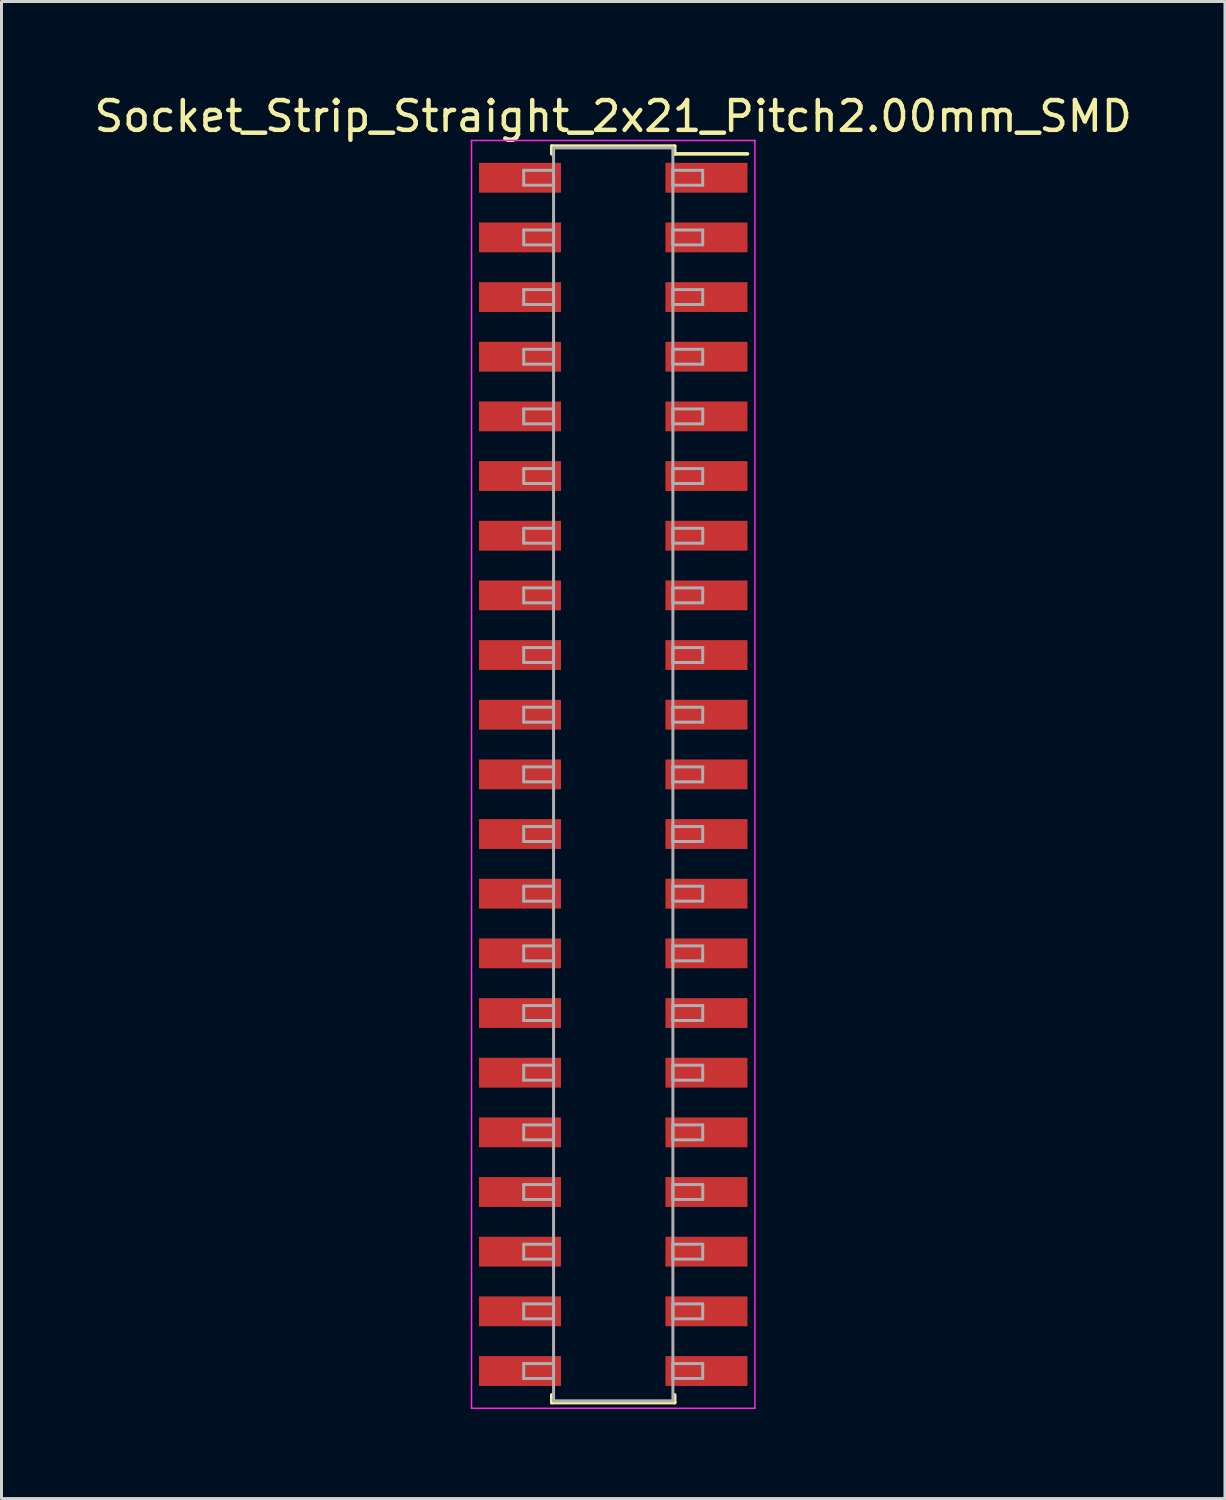
<source format=kicad_pcb>
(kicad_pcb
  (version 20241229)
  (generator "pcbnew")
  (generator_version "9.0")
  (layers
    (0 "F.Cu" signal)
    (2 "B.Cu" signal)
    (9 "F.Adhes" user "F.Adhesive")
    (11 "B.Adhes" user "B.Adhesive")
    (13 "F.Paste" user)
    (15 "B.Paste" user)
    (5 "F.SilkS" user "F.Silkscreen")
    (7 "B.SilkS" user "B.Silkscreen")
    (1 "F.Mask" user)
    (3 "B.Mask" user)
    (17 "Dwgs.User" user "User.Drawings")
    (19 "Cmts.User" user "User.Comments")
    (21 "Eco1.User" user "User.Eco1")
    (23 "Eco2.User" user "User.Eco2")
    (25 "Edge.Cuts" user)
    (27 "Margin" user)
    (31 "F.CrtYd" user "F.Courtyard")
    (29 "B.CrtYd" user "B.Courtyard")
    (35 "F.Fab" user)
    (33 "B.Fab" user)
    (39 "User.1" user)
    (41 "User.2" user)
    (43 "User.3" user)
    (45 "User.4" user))
  (footprint "Socket_Strip_Straight_2x21_Pitch2.00mm_SMD"
    (layer "F.Cu")
    (at 17.506 22.908)
    (property "Reference" "Socket_Strip_Straight_2x21_Pitch2.00mm_SMD" (at 0 -22.06 0) (layer "F.SilkS") (effects (font (size 1 1) (thickness 0.15))))
    (attr smd)
    (fp_line (start -2.06 -21.06) (end 2.06 -21.06) (stroke (width 0.12) (type solid)) (layer "F.SilkS"))
    (fp_line (start -2.06 -20.8) (end -2.06 -21.06) (stroke (width 0.12) (type solid)) (layer "F.SilkS"))
    (fp_line (start -2.06 20.8) (end -2.06 21.06) (stroke (width 0.12) (type solid)) (layer "F.SilkS"))
    (fp_line (start -2.06 21.06) (end 2.06 21.06) (stroke (width 0.12) (type solid)) (layer "F.SilkS"))
    (fp_line (start 2.06 -21.06) (end 2.06 -20.8) (stroke (width 0.12) (type solid)) (layer "F.SilkS"))
    (fp_line (start 2.06 21.06) (end 2.06 20.8) (stroke (width 0.12) (type solid)) (layer "F.SilkS"))
    (fp_line (start 4.5 -20.8) (end 2.06 -20.8) (stroke (width 0.12) (type solid)) (layer "F.SilkS"))
    (fp_line (start -4.75 -21.25) (end -4.75 21.25) (stroke (width 0.05) (type solid)) (layer "F.CrtYd"))
    (fp_line (start -4.75 21.25) (end 4.75 21.25) (stroke (width 0.05) (type solid)) (layer "F.CrtYd"))
    (fp_line (start 4.75 -21.25) (end -4.75 -21.25) (stroke (width 0.05) (type solid)) (layer "F.CrtYd"))
    (fp_line (start 4.75 21.25) (end 4.75 -21.25) (stroke (width 0.05) (type solid)) (layer "F.CrtYd"))
    (fp_line (start -3 -20.25) (end -2 -20.25) (stroke (width 0.1) (type solid)) (layer "F.Fab"))
    (fp_line (start -3 -19.75) (end -3 -20.25) (stroke (width 0.1) (type solid)) (layer "F.Fab"))
    (fp_line (start -3 -18.25) (end -2 -18.25) (stroke (width 0.1) (type solid)) (layer "F.Fab"))
    (fp_line (start -3 -17.75) (end -3 -18.25) (stroke (width 0.1) (type solid)) (layer "F.Fab"))
    (fp_line (start -3 -16.25) (end -2 -16.25) (stroke (width 0.1) (type solid)) (layer "F.Fab"))
    (fp_line (start -3 -15.75) (end -3 -16.25) (stroke (width 0.1) (type solid)) (layer "F.Fab"))
    (fp_line (start -3 -14.25) (end -2 -14.25) (stroke (width 0.1) (type solid)) (layer "F.Fab"))
    (fp_line (start -3 -13.75) (end -3 -14.25) (stroke (width 0.1) (type solid)) (layer "F.Fab"))
    (fp_line (start -3 -12.25) (end -2 -12.25) (stroke (width 0.1) (type solid)) (layer "F.Fab"))
    (fp_line (start -3 -11.75) (end -3 -12.25) (stroke (width 0.1) (type solid)) (layer "F.Fab"))
    (fp_line (start -3 -10.25) (end -2 -10.25) (stroke (width 0.1) (type solid)) (layer "F.Fab"))
    (fp_line (start -3 -9.75) (end -3 -10.25) (stroke (width 0.1) (type solid)) (layer "F.Fab"))
    (fp_line (start -3 -8.25) (end -2 -8.25) (stroke (width 0.1) (type solid)) (layer "F.Fab"))
    (fp_line (start -3 -7.75) (end -3 -8.25) (stroke (width 0.1) (type solid)) (layer "F.Fab"))
    (fp_line (start -3 -6.25) (end -2 -6.25) (stroke (width 0.1) (type solid)) (layer "F.Fab"))
    (fp_line (start -3 -5.75) (end -3 -6.25) (stroke (width 0.1) (type solid)) (layer "F.Fab"))
    (fp_line (start -3 -4.25) (end -2 -4.25) (stroke (width 0.1) (type solid)) (layer "F.Fab"))
    (fp_line (start -3 -3.75) (end -3 -4.25) (stroke (width 0.1) (type solid)) (layer "F.Fab"))
    (fp_line (start -3 -2.25) (end -2 -2.25) (stroke (width 0.1) (type solid)) (layer "F.Fab"))
    (fp_line (start -3 -1.75) (end -3 -2.25) (stroke (width 0.1) (type solid)) (layer "F.Fab"))
    (fp_line (start -3 -0.25) (end -2 -0.25) (stroke (width 0.1) (type solid)) (layer "F.Fab"))
    (fp_line (start -3 0.25) (end -3 -0.25) (stroke (width 0.1) (type solid)) (layer "F.Fab"))
    (fp_line (start -3 1.75) (end -2 1.75) (stroke (width 0.1) (type solid)) (layer "F.Fab"))
    (fp_line (start -3 2.25) (end -3 1.75) (stroke (width 0.1) (type solid)) (layer "F.Fab"))
    (fp_line (start -3 3.75) (end -2 3.75) (stroke (width 0.1) (type solid)) (layer "F.Fab"))
    (fp_line (start -3 4.25) (end -3 3.75) (stroke (width 0.1) (type solid)) (layer "F.Fab"))
    (fp_line (start -3 5.75) (end -2 5.75) (stroke (width 0.1) (type solid)) (layer "F.Fab"))
    (fp_line (start -3 6.25) (end -3 5.75) (stroke (width 0.1) (type solid)) (layer "F.Fab"))
    (fp_line (start -3 7.75) (end -2 7.75) (stroke (width 0.1) (type solid)) (layer "F.Fab"))
    (fp_line (start -3 8.25) (end -3 7.75) (stroke (width 0.1) (type solid)) (layer "F.Fab"))
    (fp_line (start -3 9.75) (end -2 9.75) (stroke (width 0.1) (type solid)) (layer "F.Fab"))
    (fp_line (start -3 10.25) (end -3 9.75) (stroke (width 0.1) (type solid)) (layer "F.Fab"))
    (fp_line (start -3 11.75) (end -2 11.75) (stroke (width 0.1) (type solid)) (layer "F.Fab"))
    (fp_line (start -3 12.25) (end -3 11.75) (stroke (width 0.1) (type solid)) (layer "F.Fab"))
    (fp_line (start -3 13.75) (end -2 13.75) (stroke (width 0.1) (type solid)) (layer "F.Fab"))
    (fp_line (start -3 14.25) (end -3 13.75) (stroke (width 0.1) (type solid)) (layer "F.Fab"))
    (fp_line (start -3 15.75) (end -2 15.75) (stroke (width 0.1) (type solid)) (layer "F.Fab"))
    (fp_line (start -3 16.25) (end -3 15.75) (stroke (width 0.1) (type solid)) (layer "F.Fab"))
    (fp_line (start -3 17.75) (end -2 17.75) (stroke (width 0.1) (type solid)) (layer "F.Fab"))
    (fp_line (start -3 18.25) (end -3 17.75) (stroke (width 0.1) (type solid)) (layer "F.Fab"))
    (fp_line (start -3 19.75) (end -2 19.75) (stroke (width 0.1) (type solid)) (layer "F.Fab"))
    (fp_line (start -3 20.25) (end -3 19.75) (stroke (width 0.1) (type solid)) (layer "F.Fab"))
    (fp_line (start -2 -21) (end -2 21) (stroke (width 0.1) (type solid)) (layer "F.Fab"))
    (fp_line (start -2 -20.25) (end -2 -19.75) (stroke (width 0.1) (type solid)) (layer "F.Fab"))
    (fp_line (start -2 -19.75) (end -3 -19.75) (stroke (width 0.1) (type solid)) (layer "F.Fab"))
    (fp_line (start -2 -18.25) (end -2 -17.75) (stroke (width 0.1) (type solid)) (layer "F.Fab"))
    (fp_line (start -2 -17.75) (end -3 -17.75) (stroke (width 0.1) (type solid)) (layer "F.Fab"))
    (fp_line (start -2 -16.25) (end -2 -15.75) (stroke (width 0.1) (type solid)) (layer "F.Fab"))
    (fp_line (start -2 -15.75) (end -3 -15.75) (stroke (width 0.1) (type solid)) (layer "F.Fab"))
    (fp_line (start -2 -14.25) (end -2 -13.75) (stroke (width 0.1) (type solid)) (layer "F.Fab"))
    (fp_line (start -2 -13.75) (end -3 -13.75) (stroke (width 0.1) (type solid)) (layer "F.Fab"))
    (fp_line (start -2 -12.25) (end -2 -11.75) (stroke (width 0.1) (type solid)) (layer "F.Fab"))
    (fp_line (start -2 -11.75) (end -3 -11.75) (stroke (width 0.1) (type solid)) (layer "F.Fab"))
    (fp_line (start -2 -10.25) (end -2 -9.75) (stroke (width 0.1) (type solid)) (layer "F.Fab"))
    (fp_line (start -2 -9.75) (end -3 -9.75) (stroke (width 0.1) (type solid)) (layer "F.Fab"))
    (fp_line (start -2 -8.25) (end -2 -7.75) (stroke (width 0.1) (type solid)) (layer "F.Fab"))
    (fp_line (start -2 -7.75) (end -3 -7.75) (stroke (width 0.1) (type solid)) (layer "F.Fab"))
    (fp_line (start -2 -6.25) (end -2 -5.75) (stroke (width 0.1) (type solid)) (layer "F.Fab"))
    (fp_line (start -2 -5.75) (end -3 -5.75) (stroke (width 0.1) (type solid)) (layer "F.Fab"))
    (fp_line (start -2 -4.25) (end -2 -3.75) (stroke (width 0.1) (type solid)) (layer "F.Fab"))
    (fp_line (start -2 -3.75) (end -3 -3.75) (stroke (width 0.1) (type solid)) (layer "F.Fab"))
    (fp_line (start -2 -2.25) (end -2 -1.75) (stroke (width 0.1) (type solid)) (layer "F.Fab"))
    (fp_line (start -2 -1.75) (end -3 -1.75) (stroke (width 0.1) (type solid)) (layer "F.Fab"))
    (fp_line (start -2 -0.25) (end -2 0.25) (stroke (width 0.1) (type solid)) (layer "F.Fab"))
    (fp_line (start -2 0.25) (end -3 0.25) (stroke (width 0.1) (type solid)) (layer "F.Fab"))
    (fp_line (start -2 1.75) (end -2 2.25) (stroke (width 0.1) (type solid)) (layer "F.Fab"))
    (fp_line (start -2 2.25) (end -3 2.25) (stroke (width 0.1) (type solid)) (layer "F.Fab"))
    (fp_line (start -2 3.75) (end -2 4.25) (stroke (width 0.1) (type solid)) (layer "F.Fab"))
    (fp_line (start -2 4.25) (end -3 4.25) (stroke (width 0.1) (type solid)) (layer "F.Fab"))
    (fp_line (start -2 5.75) (end -2 6.25) (stroke (width 0.1) (type solid)) (layer "F.Fab"))
    (fp_line (start -2 6.25) (end -3 6.25) (stroke (width 0.1) (type solid)) (layer "F.Fab"))
    (fp_line (start -2 7.75) (end -2 8.25) (stroke (width 0.1) (type solid)) (layer "F.Fab"))
    (fp_line (start -2 8.25) (end -3 8.25) (stroke (width 0.1) (type solid)) (layer "F.Fab"))
    (fp_line (start -2 9.75) (end -2 10.25) (stroke (width 0.1) (type solid)) (layer "F.Fab"))
    (fp_line (start -2 10.25) (end -3 10.25) (stroke (width 0.1) (type solid)) (layer "F.Fab"))
    (fp_line (start -2 11.75) (end -2 12.25) (stroke (width 0.1) (type solid)) (layer "F.Fab"))
    (fp_line (start -2 12.25) (end -3 12.25) (stroke (width 0.1) (type solid)) (layer "F.Fab"))
    (fp_line (start -2 13.75) (end -2 14.25) (stroke (width 0.1) (type solid)) (layer "F.Fab"))
    (fp_line (start -2 14.25) (end -3 14.25) (stroke (width 0.1) (type solid)) (layer "F.Fab"))
    (fp_line (start -2 15.75) (end -2 16.25) (stroke (width 0.1) (type solid)) (layer "F.Fab"))
    (fp_line (start -2 16.25) (end -3 16.25) (stroke (width 0.1) (type solid)) (layer "F.Fab"))
    (fp_line (start -2 17.75) (end -2 18.25) (stroke (width 0.1) (type solid)) (layer "F.Fab"))
    (fp_line (start -2 18.25) (end -3 18.25) (stroke (width 0.1) (type solid)) (layer "F.Fab"))
    (fp_line (start -2 19.75) (end -2 20.25) (stroke (width 0.1) (type solid)) (layer "F.Fab"))
    (fp_line (start -2 20.25) (end -3 20.25) (stroke (width 0.1) (type solid)) (layer "F.Fab"))
    (fp_line (start -2 21) (end 2 21) (stroke (width 0.1) (type solid)) (layer "F.Fab"))
    (fp_line (start 2 -21) (end -2 -21) (stroke (width 0.1) (type solid)) (layer "F.Fab"))
    (fp_line (start 2 -20.25) (end 2 -19.75) (stroke (width 0.1) (type solid)) (layer "F.Fab"))
    (fp_line (start 2 -19.75) (end 3 -19.75) (stroke (width 0.1) (type solid)) (layer "F.Fab"))
    (fp_line (start 2 -18.25) (end 2 -17.75) (stroke (width 0.1) (type solid)) (layer "F.Fab"))
    (fp_line (start 2 -17.75) (end 3 -17.75) (stroke (width 0.1) (type solid)) (layer "F.Fab"))
    (fp_line (start 2 -16.25) (end 2 -15.75) (stroke (width 0.1) (type solid)) (layer "F.Fab"))
    (fp_line (start 2 -15.75) (end 3 -15.75) (stroke (width 0.1) (type solid)) (layer "F.Fab"))
    (fp_line (start 2 -14.25) (end 2 -13.75) (stroke (width 0.1) (type solid)) (layer "F.Fab"))
    (fp_line (start 2 -13.75) (end 3 -13.75) (stroke (width 0.1) (type solid)) (layer "F.Fab"))
    (fp_line (start 2 -12.25) (end 2 -11.75) (stroke (width 0.1) (type solid)) (layer "F.Fab"))
    (fp_line (start 2 -11.75) (end 3 -11.75) (stroke (width 0.1) (type solid)) (layer "F.Fab"))
    (fp_line (start 2 -10.25) (end 2 -9.75) (stroke (width 0.1) (type solid)) (layer "F.Fab"))
    (fp_line (start 2 -9.75) (end 3 -9.75) (stroke (width 0.1) (type solid)) (layer "F.Fab"))
    (fp_line (start 2 -8.25) (end 2 -7.75) (stroke (width 0.1) (type solid)) (layer "F.Fab"))
    (fp_line (start 2 -7.75) (end 3 -7.75) (stroke (width 0.1) (type solid)) (layer "F.Fab"))
    (fp_line (start 2 -6.25) (end 2 -5.75) (stroke (width 0.1) (type solid)) (layer "F.Fab"))
    (fp_line (start 2 -5.75) (end 3 -5.75) (stroke (width 0.1) (type solid)) (layer "F.Fab"))
    (fp_line (start 2 -4.25) (end 2 -3.75) (stroke (width 0.1) (type solid)) (layer "F.Fab"))
    (fp_line (start 2 -3.75) (end 3 -3.75) (stroke (width 0.1) (type solid)) (layer "F.Fab"))
    (fp_line (start 2 -2.25) (end 2 -1.75) (stroke (width 0.1) (type solid)) (layer "F.Fab"))
    (fp_line (start 2 -1.75) (end 3 -1.75) (stroke (width 0.1) (type solid)) (layer "F.Fab"))
    (fp_line (start 2 -0.25) (end 2 0.25) (stroke (width 0.1) (type solid)) (layer "F.Fab"))
    (fp_line (start 2 0.25) (end 3 0.25) (stroke (width 0.1) (type solid)) (layer "F.Fab"))
    (fp_line (start 2 1.75) (end 2 2.25) (stroke (width 0.1) (type solid)) (layer "F.Fab"))
    (fp_line (start 2 2.25) (end 3 2.25) (stroke (width 0.1) (type solid)) (layer "F.Fab"))
    (fp_line (start 2 3.75) (end 2 4.25) (stroke (width 0.1) (type solid)) (layer "F.Fab"))
    (fp_line (start 2 4.25) (end 3 4.25) (stroke (width 0.1) (type solid)) (layer "F.Fab"))
    (fp_line (start 2 5.75) (end 2 6.25) (stroke (width 0.1) (type solid)) (layer "F.Fab"))
    (fp_line (start 2 6.25) (end 3 6.25) (stroke (width 0.1) (type solid)) (layer "F.Fab"))
    (fp_line (start 2 7.75) (end 2 8.25) (stroke (width 0.1) (type solid)) (layer "F.Fab"))
    (fp_line (start 2 8.25) (end 3 8.25) (stroke (width 0.1) (type solid)) (layer "F.Fab"))
    (fp_line (start 2 9.75) (end 2 10.25) (stroke (width 0.1) (type solid)) (layer "F.Fab"))
    (fp_line (start 2 10.25) (end 3 10.25) (stroke (width 0.1) (type solid)) (layer "F.Fab"))
    (fp_line (start 2 11.75) (end 2 12.25) (stroke (width 0.1) (type solid)) (layer "F.Fab"))
    (fp_line (start 2 12.25) (end 3 12.25) (stroke (width 0.1) (type solid)) (layer "F.Fab"))
    (fp_line (start 2 13.75) (end 2 14.25) (stroke (width 0.1) (type solid)) (layer "F.Fab"))
    (fp_line (start 2 14.25) (end 3 14.25) (stroke (width 0.1) (type solid)) (layer "F.Fab"))
    (fp_line (start 2 15.75) (end 2 16.25) (stroke (width 0.1) (type solid)) (layer "F.Fab"))
    (fp_line (start 2 16.25) (end 3 16.25) (stroke (width 0.1) (type solid)) (layer "F.Fab"))
    (fp_line (start 2 17.75) (end 2 18.25) (stroke (width 0.1) (type solid)) (layer "F.Fab"))
    (fp_line (start 2 18.25) (end 3 18.25) (stroke (width 0.1) (type solid)) (layer "F.Fab"))
    (fp_line (start 2 19.75) (end 2 20.25) (stroke (width 0.1) (type solid)) (layer "F.Fab"))
    (fp_line (start 2 20.25) (end 3 20.25) (stroke (width 0.1) (type solid)) (layer "F.Fab"))
    (fp_line (start 2 21) (end 2 -21) (stroke (width 0.1) (type solid)) (layer "F.Fab"))
    (fp_line (start 3 -20.25) (end 2 -20.25) (stroke (width 0.1) (type solid)) (layer "F.Fab"))
    (fp_line (start 3 -19.75) (end 3 -20.25) (stroke (width 0.1) (type solid)) (layer "F.Fab"))
    (fp_line (start 3 -18.25) (end 2 -18.25) (stroke (width 0.1) (type solid)) (layer "F.Fab"))
    (fp_line (start 3 -17.75) (end 3 -18.25) (stroke (width 0.1) (type solid)) (layer "F.Fab"))
    (fp_line (start 3 -16.25) (end 2 -16.25) (stroke (width 0.1) (type solid)) (layer "F.Fab"))
    (fp_line (start 3 -15.75) (end 3 -16.25) (stroke (width 0.1) (type solid)) (layer "F.Fab"))
    (fp_line (start 3 -14.25) (end 2 -14.25) (stroke (width 0.1) (type solid)) (layer "F.Fab"))
    (fp_line (start 3 -13.75) (end 3 -14.25) (stroke (width 0.1) (type solid)) (layer "F.Fab"))
    (fp_line (start 3 -12.25) (end 2 -12.25) (stroke (width 0.1) (type solid)) (layer "F.Fab"))
    (fp_line (start 3 -11.75) (end 3 -12.25) (stroke (width 0.1) (type solid)) (layer "F.Fab"))
    (fp_line (start 3 -10.25) (end 2 -10.25) (stroke (width 0.1) (type solid)) (layer "F.Fab"))
    (fp_line (start 3 -9.75) (end 3 -10.25) (stroke (width 0.1) (type solid)) (layer "F.Fab"))
    (fp_line (start 3 -8.25) (end 2 -8.25) (stroke (width 0.1) (type solid)) (layer "F.Fab"))
    (fp_line (start 3 -7.75) (end 3 -8.25) (stroke (width 0.1) (type solid)) (layer "F.Fab"))
    (fp_line (start 3 -6.25) (end 2 -6.25) (stroke (width 0.1) (type solid)) (layer "F.Fab"))
    (fp_line (start 3 -5.75) (end 3 -6.25) (stroke (width 0.1) (type solid)) (layer "F.Fab"))
    (fp_line (start 3 -4.25) (end 2 -4.25) (stroke (width 0.1) (type solid)) (layer "F.Fab"))
    (fp_line (start 3 -3.75) (end 3 -4.25) (stroke (width 0.1) (type solid)) (layer "F.Fab"))
    (fp_line (start 3 -2.25) (end 2 -2.25) (stroke (width 0.1) (type solid)) (layer "F.Fab"))
    (fp_line (start 3 -1.75) (end 3 -2.25) (stroke (width 0.1) (type solid)) (layer "F.Fab"))
    (fp_line (start 3 -0.25) (end 2 -0.25) (stroke (width 0.1) (type solid)) (layer "F.Fab"))
    (fp_line (start 3 0.25) (end 3 -0.25) (stroke (width 0.1) (type solid)) (layer "F.Fab"))
    (fp_line (start 3 1.75) (end 2 1.75) (stroke (width 0.1) (type solid)) (layer "F.Fab"))
    (fp_line (start 3 2.25) (end 3 1.75) (stroke (width 0.1) (type solid)) (layer "F.Fab"))
    (fp_line (start 3 3.75) (end 2 3.75) (stroke (width 0.1) (type solid)) (layer "F.Fab"))
    (fp_line (start 3 4.25) (end 3 3.75) (stroke (width 0.1) (type solid)) (layer "F.Fab"))
    (fp_line (start 3 5.75) (end 2 5.75) (stroke (width 0.1) (type solid)) (layer "F.Fab"))
    (fp_line (start 3 6.25) (end 3 5.75) (stroke (width 0.1) (type solid)) (layer "F.Fab"))
    (fp_line (start 3 7.75) (end 2 7.75) (stroke (width 0.1) (type solid)) (layer "F.Fab"))
    (fp_line (start 3 8.25) (end 3 7.75) (stroke (width 0.1) (type solid)) (layer "F.Fab"))
    (fp_line (start 3 9.75) (end 2 9.75) (stroke (width 0.1) (type solid)) (layer "F.Fab"))
    (fp_line (start 3 10.25) (end 3 9.75) (stroke (width 0.1) (type solid)) (layer "F.Fab"))
    (fp_line (start 3 11.75) (end 2 11.75) (stroke (width 0.1) (type solid)) (layer "F.Fab"))
    (fp_line (start 3 12.25) (end 3 11.75) (stroke (width 0.1) (type solid)) (layer "F.Fab"))
    (fp_line (start 3 13.75) (end 2 13.75) (stroke (width 0.1) (type solid)) (layer "F.Fab"))
    (fp_line (start 3 14.25) (end 3 13.75) (stroke (width 0.1) (type solid)) (layer "F.Fab"))
    (fp_line (start 3 15.75) (end 2 15.75) (stroke (width 0.1) (type solid)) (layer "F.Fab"))
    (fp_line (start 3 16.25) (end 3 15.75) (stroke (width 0.1) (type solid)) (layer "F.Fab"))
    (fp_line (start 3 17.75) (end 2 17.75) (stroke (width 0.1) (type solid)) (layer "F.Fab"))
    (fp_line (start 3 18.25) (end 3 17.75) (stroke (width 0.1) (type solid)) (layer "F.Fab"))
    (fp_line (start 3 19.75) (end 2 19.75) (stroke (width 0.1) (type solid)) (layer "F.Fab"))
    (fp_line (start 3 20.25) (end 3 19.75) (stroke (width 0.1) (type solid)) (layer "F.Fab"))
    (pad "1" smd rect (at 3.125 -20) (size 2.75 1) (layers "F.Cu" "F.Mask"))
    (pad "2" smd rect (at -3.125 -20) (size 2.75 1) (layers "F.Cu" "F.Mask"))
    (pad "3" smd rect (at 3.125 -18) (size 2.75 1) (layers "F.Cu" "F.Mask"))
    (pad "4" smd rect (at -3.125 -18) (size 2.75 1) (layers "F.Cu" "F.Mask"))
    (pad "5" smd rect (at 3.125 -16) (size 2.75 1) (layers "F.Cu" "F.Mask"))
    (pad "6" smd rect (at -3.125 -16) (size 2.75 1) (layers "F.Cu" "F.Mask"))
    (pad "7" smd rect (at 3.125 -14) (size 2.75 1) (layers "F.Cu" "F.Mask"))
    (pad "8" smd rect (at -3.125 -14) (size 2.75 1) (layers "F.Cu" "F.Mask"))
    (pad "9" smd rect (at 3.125 -12) (size 2.75 1) (layers "F.Cu" "F.Mask"))
    (pad "10" smd rect (at -3.125 -12) (size 2.75 1) (layers "F.Cu" "F.Mask"))
    (pad "11" smd rect (at 3.125 -10) (size 2.75 1) (layers "F.Cu" "F.Mask"))
    (pad "12" smd rect (at -3.125 -10) (size 2.75 1) (layers "F.Cu" "F.Mask"))
    (pad "13" smd rect (at 3.125 -8) (size 2.75 1) (layers "F.Cu" "F.Mask"))
    (pad "14" smd rect (at -3.125 -8) (size 2.75 1) (layers "F.Cu" "F.Mask"))
    (pad "15" smd rect (at 3.125 -6) (size 2.75 1) (layers "F.Cu" "F.Mask"))
    (pad "16" smd rect (at -3.125 -6) (size 2.75 1) (layers "F.Cu" "F.Mask"))
    (pad "17" smd rect (at 3.125 -4) (size 2.75 1) (layers "F.Cu" "F.Mask"))
    (pad "18" smd rect (at -3.125 -4) (size 2.75 1) (layers "F.Cu" "F.Mask"))
    (pad "19" smd rect (at 3.125 -2) (size 2.75 1) (layers "F.Cu" "F.Mask"))
    (pad "20" smd rect (at -3.125 -2) (size 2.75 1) (layers "F.Cu" "F.Mask"))
    (pad "21" smd rect (at 3.125 0) (size 2.75 1) (layers "F.Cu" "F.Mask"))
    (pad "22" smd rect (at -3.125 0) (size 2.75 1) (layers "F.Cu" "F.Mask"))
    (pad "23" smd rect (at 3.125 2) (size 2.75 1) (layers "F.Cu" "F.Mask"))
    (pad "24" smd rect (at -3.125 2) (size 2.75 1) (layers "F.Cu" "F.Mask"))
    (pad "25" smd rect (at 3.125 4) (size 2.75 1) (layers "F.Cu" "F.Mask"))
    (pad "26" smd rect (at -3.125 4) (size 2.75 1) (layers "F.Cu" "F.Mask"))
    (pad "27" smd rect (at 3.125 6) (size 2.75 1) (layers "F.Cu" "F.Mask"))
    (pad "28" smd rect (at -3.125 6) (size 2.75 1) (layers "F.Cu" "F.Mask"))
    (pad "29" smd rect (at 3.125 8) (size 2.75 1) (layers "F.Cu" "F.Mask"))
    (pad "30" smd rect (at -3.125 8) (size 2.75 1) (layers "F.Cu" "F.Mask"))
    (pad "31" smd rect (at 3.125 10) (size 2.75 1) (layers "F.Cu" "F.Mask"))
    (pad "32" smd rect (at -3.125 10) (size 2.75 1) (layers "F.Cu" "F.Mask"))
    (pad "33" smd rect (at 3.125 12) (size 2.75 1) (layers "F.Cu" "F.Mask"))
    (pad "34" smd rect (at -3.125 12) (size 2.75 1) (layers "F.Cu" "F.Mask"))
    (pad "35" smd rect (at 3.125 14) (size 2.75 1) (layers "F.Cu" "F.Mask"))
    (pad "36" smd rect (at -3.125 14) (size 2.75 1) (layers "F.Cu" "F.Mask"))
    (pad "37" smd rect (at 3.125 16) (size 2.75 1) (layers "F.Cu" "F.Mask"))
    (pad "38" smd rect (at -3.125 16) (size 2.75 1) (layers "F.Cu" "F.Mask"))
    (pad "39" smd rect (at 3.125 18) (size 2.75 1) (layers "F.Cu" "F.Mask"))
    (pad "40" smd rect (at -3.125 18) (size 2.75 1) (layers "F.Cu" "F.Mask"))
    (pad "41" smd rect (at 3.125 20) (size 2.75 1) (layers "F.Cu" "F.Mask"))
    (pad "42" smd rect (at -3.125 20) (size 2.75 1) (layers "F.Cu" "F.Mask")))
  (gr_rect
    (start -3 -3)
    (end 38.012 47.183)
    (stroke (width 0.1) (type default))
    (fill no)
    (layer "Edge.Cuts")))
</source>
